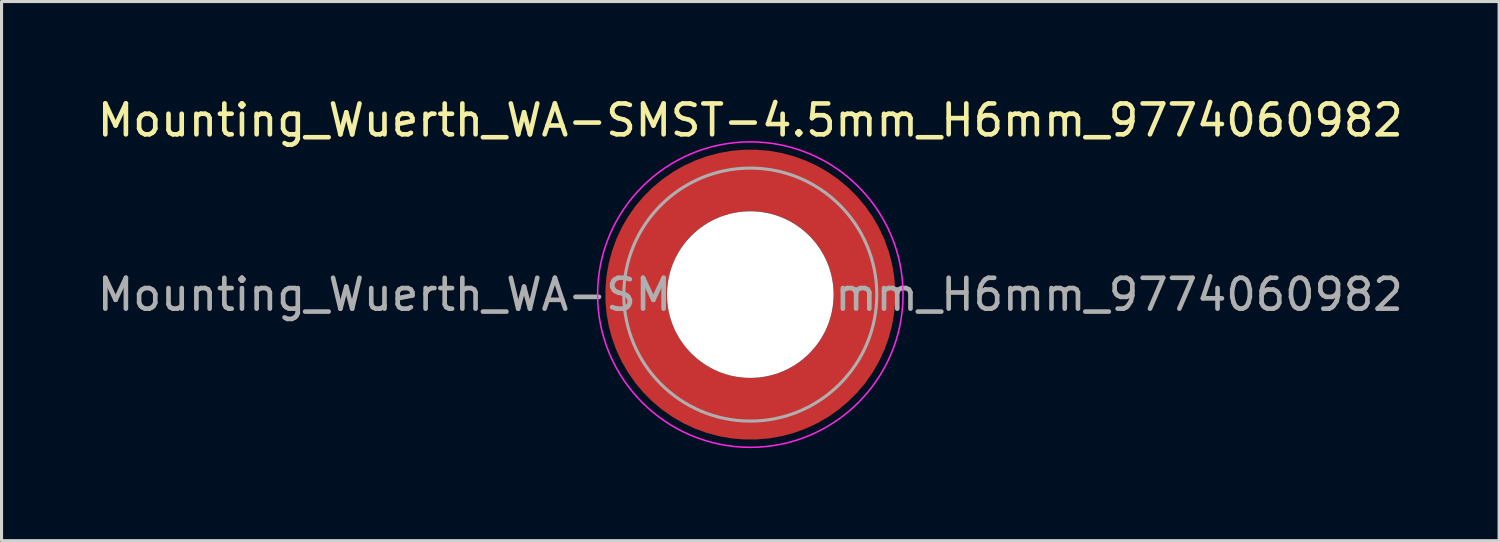
<source format=kicad_pcb>
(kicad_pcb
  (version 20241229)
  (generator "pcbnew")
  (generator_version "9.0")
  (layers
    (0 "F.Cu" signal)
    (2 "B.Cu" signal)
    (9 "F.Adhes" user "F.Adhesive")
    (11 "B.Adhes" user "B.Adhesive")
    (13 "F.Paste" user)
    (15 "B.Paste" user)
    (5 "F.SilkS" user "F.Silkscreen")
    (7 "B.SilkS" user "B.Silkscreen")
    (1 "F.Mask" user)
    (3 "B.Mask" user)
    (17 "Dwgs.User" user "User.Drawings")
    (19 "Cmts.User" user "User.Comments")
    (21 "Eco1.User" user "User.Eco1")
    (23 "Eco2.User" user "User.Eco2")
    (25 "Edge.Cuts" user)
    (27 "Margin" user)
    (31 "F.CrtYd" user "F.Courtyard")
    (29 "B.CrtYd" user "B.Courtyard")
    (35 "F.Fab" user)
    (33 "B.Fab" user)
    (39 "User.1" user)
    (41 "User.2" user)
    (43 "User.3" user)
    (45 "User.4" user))
  (footprint "Mounting_Wuerth_WA-SMST-4.5mm_H6mm_9774060982"
    (layer "F.Cu")
    (at 21.268 6.498)
    (property "Reference" "Mounting_Wuerth_WA-SMST-4.5mm_H6mm_9774060982" (at 0 -5.65 0) (layer "F.SilkS") (effects (font (size 1 1) (thickness 0.15))))
    (attr smd)
    (fp_circle (center 0 0) (end 4.95 0) (stroke (width 0.05) (type solid)) (fill no) (layer "F.CrtYd"))
    (fp_circle (center 0 0) (end 4.1 0) (stroke (width 0.1) (type solid)) (fill no) (layer "F.Fab"))
    (fp_text user "${REFERENCE}" (at 0 0 0) (layer "F.Fab") (effects (font (size 1 1) (thickness 0.15))))
    (pad "" smd custom (at -2.607 -2.607) (size 1.495 1.495) (layers "F.Paste") (options (anchor circle)) (primitives (gr_arc (start -0.188183 2.107456) (mid 0.598928 0.599619) (end 2.106494 -0.188011) (width 0.2)) (gr_arc (start -0.289416 2.107456) (mid 0.528508 0.529033) (end 2.106724 -0.28929) (width 0.2)) (gr_arc (start -0.390547 2.107456) (mid 0.457087 0.459449) (end 2.104161 -0.389996) (width 0.2)) (gr_arc (start -0.491585 2.107456) (mid 0.386415 0.389116) (end 2.103685 -0.490974) (width 0.2)) (gr_arc (start -0.59254 2.107456) (mid 0.31649 0.318035) (end 2.105297 -0.592203) (width 0.2)) (gr_arc (start -0.693419 2.107456) (mid 0.245252 0.248268) (end 2.103239 -0.692777) (width 0.2)) (gr_arc (start -0.794229 2.107456) (mid 0.174636 0.177878) (end 2.102921 -0.793558) (width 0.2)) (gr_arc (start -0.894975 2.107456) (mid 0.104643 0.106867) (end 2.104343 -0.894528) (width 0.2)) (gr_arc (start -0.995664 2.107456) (mid 0.033026 0.037479) (end 2.101219 -0.994793) (width 0.2)) (gr_arc (start -1.0963 2.107456) (mid -0.035789 -0.034713) (end 2.105949 -1.096095) (width 0.2)) (gr_arc (start -1.196886 2.107456) (mid -0.106351 -0.105158) (end 2.105783 -1.196667) (width 0.2)) (gr_arc (start -1.297427 2.107456) (mid -0.176416 -0.176097) (end 2.107009 -1.29737) (width 0.2)) (gr_arc (start -1.397927 2.107456) (mid -0.248476 -0.245042) (end 2.102638 -1.397323) (width 0.2)) (gr_arc (start -1.498388 2.107456) (mid -0.317612 -0.316913) (end 2.106475 -1.498268) (width 0.2)) (gr_arc (start -1.598813 2.107456) (mid -0.388865 -0.386665) (end 2.104366 -1.598444) (width 0.2)) (gr_arc (start -1.699204 2.107456) (mid -0.459747 -0.456787) (end 2.103299 -1.698719) (width 0.2)) (gr_arc (start -1.799565 2.107456) (mid -0.530257 -0.527283) (end 2.103277 -1.799089) (width 0.2)) (gr_arc (start -1.899896 2.107456) (mid -0.600396 -0.59815) (end 2.104299 -1.899545) (width 0.2)) (gr_arc (start -1.899896 2.107456) (mid -0.600396 -0.59815) (end 2.104299 -1.899545) (width 0.2)) (gr_line (start 2.107 -0.188) (end 2.107 -1.9) (width 0.2)) (gr_line (start -0.188 2.107) (end -1.9 2.107) (width 0.2))))
    (pad "" smd custom (at -2.607 2.607) (size 1.495 1.495) (layers "F.Paste") (options (anchor circle)) (primitives (gr_arc (start 2.107456 0.188183) (mid 0.599619 -0.598928) (end -0.188011 -2.106494) (width 0.2)) (gr_arc (start 2.107456 0.289416) (mid 0.529033 -0.528508) (end -0.28929 -2.106724) (width 0.2)) (gr_arc (start 2.107456 0.390547) (mid 0.45945 -0.457087) (end -0.389996 -2.104161) (width 0.2)) (gr_arc (start 2.107456 0.491585) (mid 0.389116 -0.386415) (end -0.490974 -2.103685) (width 0.2)) (gr_arc (start 2.107456 0.59254) (mid 0.318035 -0.31649) (end -0.592203 -2.105297) (width 0.2)) (gr_arc (start 2.107456 0.693419) (mid 0.248268 -0.245252) (end -0.692777 -2.103239) (width 0.2)) (gr_arc (start 2.107456 0.794229) (mid 0.177878 -0.174636) (end -0.793558 -2.102921) (width 0.2)) (gr_arc (start 2.107456 0.894975) (mid 0.106867 -0.104643) (end -0.894528 -2.104343) (width 0.2)) (gr_arc (start 2.107456 0.995664) (mid 0.037479 -0.033026) (end -0.994793 -2.101219) (width 0.2)) (gr_arc (start 2.107456 1.0963) (mid -0.034713 0.035789) (end -1.096095 -2.105949) (width 0.2)) (gr_arc (start 2.107456 1.196886) (mid -0.105158 0.106351) (end -1.196667 -2.105783) (width 0.2)) (gr_arc (start 2.107456 1.297427) (mid -0.176097 0.176416) (end -1.29737 -2.107009) (width 0.2)) (gr_arc (start 2.107456 1.397927) (mid -0.245042 0.248476) (end -1.397323 -2.102638) (width 0.2)) (gr_arc (start 2.107456 1.498388) (mid -0.316913 0.317612) (end -1.498268 -2.106475) (width 0.2)) (gr_arc (start 2.107456 1.598813) (mid -0.386665 0.388865) (end -1.598444 -2.104366) (width 0.2)) (gr_arc (start 2.107456 1.699204) (mid -0.456787 0.459747) (end -1.698719 -2.103299) (width 0.2)) (gr_arc (start 2.107456 1.799565) (mid -0.527283 0.530257) (end -1.799089 -2.103277) (width 0.2)) (gr_arc (start 2.107456 1.899896) (mid -0.59815 0.600396) (end -1.899545 -2.104299) (width 0.2)) (gr_arc (start 2.107456 1.899896) (mid -0.59815 0.600396) (end -1.899545 -2.104299) (width 0.2)) (gr_line (start -0.188 -2.107) (end -1.9 -2.107) (width 0.2)) (gr_line (start 2.107 0.188) (end 2.107 1.9) (width 0.2))))
    (pad "" np_thru_hole circle (at 0 0) (size 5.4 5.4) (drill 5.4) (layers "*.Cu" "*.Mask"))
    (pad "" smd custom (at 2.607 -2.607) (size 1.495 1.495) (layers "F.Paste") (options (anchor circle)) (primitives (gr_arc (start -2.107456 -0.188183) (mid -0.599619 0.598928) (end 0.188011 2.106494) (width 0.2)) (gr_arc (start -2.107456 -0.289416) (mid -0.529033 0.528508) (end 0.28929 2.106724) (width 0.2)) (gr_arc (start -2.107456 -0.390547) (mid -0.459449 0.457087) (end 0.389996 2.104161) (width 0.2)) (gr_arc (start -2.107456 -0.491585) (mid -0.389116 0.386415) (end 0.490974 2.103685) (width 0.2)) (gr_arc (start -2.107456 -0.59254) (mid -0.318035 0.31649) (end 0.592203 2.105297) (width 0.2)) (gr_arc (start -2.107456 -0.693419) (mid -0.248268 0.245252) (end 0.692777 2.103239) (width 0.2)) (gr_arc (start -2.107456 -0.794229) (mid -0.177878 0.174636) (end 0.793558 2.102921) (width 0.2)) (gr_arc (start -2.107456 -0.894975) (mid -0.106867 0.104643) (end 0.894528 2.104343) (width 0.2)) (gr_arc (start -2.107456 -0.995664) (mid -0.037479 0.033026) (end 0.994793 2.101219) (width 0.2)) (gr_arc (start -2.107456 -1.0963) (mid 0.034713 -0.035789) (end 1.096095 2.105949) (width 0.2)) (gr_arc (start -2.107456 -1.196886) (mid 0.105158 -0.106351) (end 1.196667 2.105783) (width 0.2)) (gr_arc (start -2.107456 -1.297427) (mid 0.176097 -0.176416) (end 1.29737 2.107009) (width 0.2)) (gr_arc (start -2.107456 -1.397927) (mid 0.245042 -0.248476) (end 1.397323 2.102638) (width 0.2)) (gr_arc (start -2.107456 -1.498388) (mid 0.316913 -0.317612) (end 1.498268 2.106475) (width 0.2)) (gr_arc (start -2.107456 -1.598813) (mid 0.386665 -0.388865) (end 1.598444 2.104366) (width 0.2)) (gr_arc (start -2.107456 -1.699204) (mid 0.456787 -0.459747) (end 1.698719 2.103299) (width 0.2)) (gr_arc (start -2.107456 -1.799565) (mid 0.527283 -0.530257) (end 1.799089 2.103277) (width 0.2)) (gr_arc (start -2.107456 -1.899896) (mid 0.59815 -0.600396) (end 1.899545 2.104299) (width 0.2)) (gr_arc (start -2.107456 -1.899896) (mid 0.59815 -0.600396) (end 1.899545 2.104299) (width 0.2)) (gr_line (start 0.188 2.107) (end 1.9 2.107) (width 0.2)) (gr_line (start -2.107 -0.188) (end -2.107 -1.9) (width 0.2))))
    (pad "" smd custom (at 2.607 2.607) (size 1.495 1.495) (layers "F.Paste") (options (anchor circle)) (primitives (gr_arc (start 0.188183 -2.107456) (mid -0.598928 -0.599619) (end -2.106494 0.188011) (width 0.2)) (gr_arc (start 0.289416 -2.107456) (mid -0.528508 -0.529033) (end -2.106724 0.28929) (width 0.2)) (gr_arc (start 0.390547 -2.107456) (mid -0.457087 -0.459449) (end -2.104161 0.389996) (width 0.2)) (gr_arc (start 0.491585 -2.107456) (mid -0.386415 -0.389116) (end -2.103685 0.490974) (width 0.2)) (gr_arc (start 0.59254 -2.107456) (mid -0.31649 -0.318035) (end -2.105297 0.592203) (width 0.2)) (gr_arc (start 0.693419 -2.107456) (mid -0.245252 -0.248268) (end -2.103239 0.692777) (width 0.2)) (gr_arc (start 0.794229 -2.107456) (mid -0.174636 -0.177878) (end -2.102921 0.793558) (width 0.2)) (gr_arc (start 0.894975 -2.107456) (mid -0.104643 -0.106867) (end -2.104343 0.894528) (width 0.2)) (gr_arc (start 0.995664 -2.107456) (mid -0.033026 -0.037479) (end -2.101219 0.994793) (width 0.2)) (gr_arc (start 1.0963 -2.107456) (mid 0.035789 0.034713) (end -2.105949 1.096095) (width 0.2)) (gr_arc (start 1.196886 -2.107456) (mid 0.106351 0.105158) (end -2.105783 1.196667) (width 0.2)) (gr_arc (start 1.297427 -2.107456) (mid 0.176416 0.176097) (end -2.107009 1.29737) (width 0.2)) (gr_arc (start 1.397927 -2.107456) (mid 0.248476 0.245042) (end -2.102638 1.397323) (width 0.2)) (gr_arc (start 1.498388 -2.107456) (mid 0.317612 0.316913) (end -2.106475 1.498268) (width 0.2)) (gr_arc (start 1.598813 -2.107456) (mid 0.388865 0.386665) (end -2.104366 1.598444) (width 0.2)) (gr_arc (start 1.699204 -2.107456) (mid 0.459747 0.456787) (end -2.103299 1.698719) (width 0.2)) (gr_arc (start 1.799565 -2.107456) (mid 0.530257 0.527283) (end -2.103277 1.799089) (width 0.2)) (gr_arc (start 1.899896 -2.107456) (mid 0.600396 0.59815) (end -2.104299 1.899545) (width 0.2)) (gr_arc (start 1.899896 -2.107456) (mid 0.600396 0.59815) (end -2.104299 1.899545) (width 0.2)) (gr_line (start -2.107 0.188) (end -2.107 1.9) (width 0.2)) (gr_line (start 0.188 -2.107) (end 1.9 -2.107) (width 0.2))))
    (pad "1" smd circle (at -3.7 0) (size 1.6 1.6) (layers "F.Cu"))
    (pad "1" smd circle (at 0 -3.7) (size 1.6 1.6) (layers "F.Cu"))
    (pad "1" smd circle (at 0 3.7) (size 1.6 1.6) (layers "F.Cu"))
    (pad "1" smd custom (at 3.7 0) (size 1.6 1.6) (layers "F.Cu" "F.Mask") (options (anchor circle)) (primitives (gr_circle (center -3.7 0) (end 0 0) (width 2) (fill no)))))
  (gr_rect
    (start -3 -3)
    (end 45.536 14.473)
    (stroke (width 0.1) (type default))
    (fill no)
    (layer "Edge.Cuts")))
</source>
